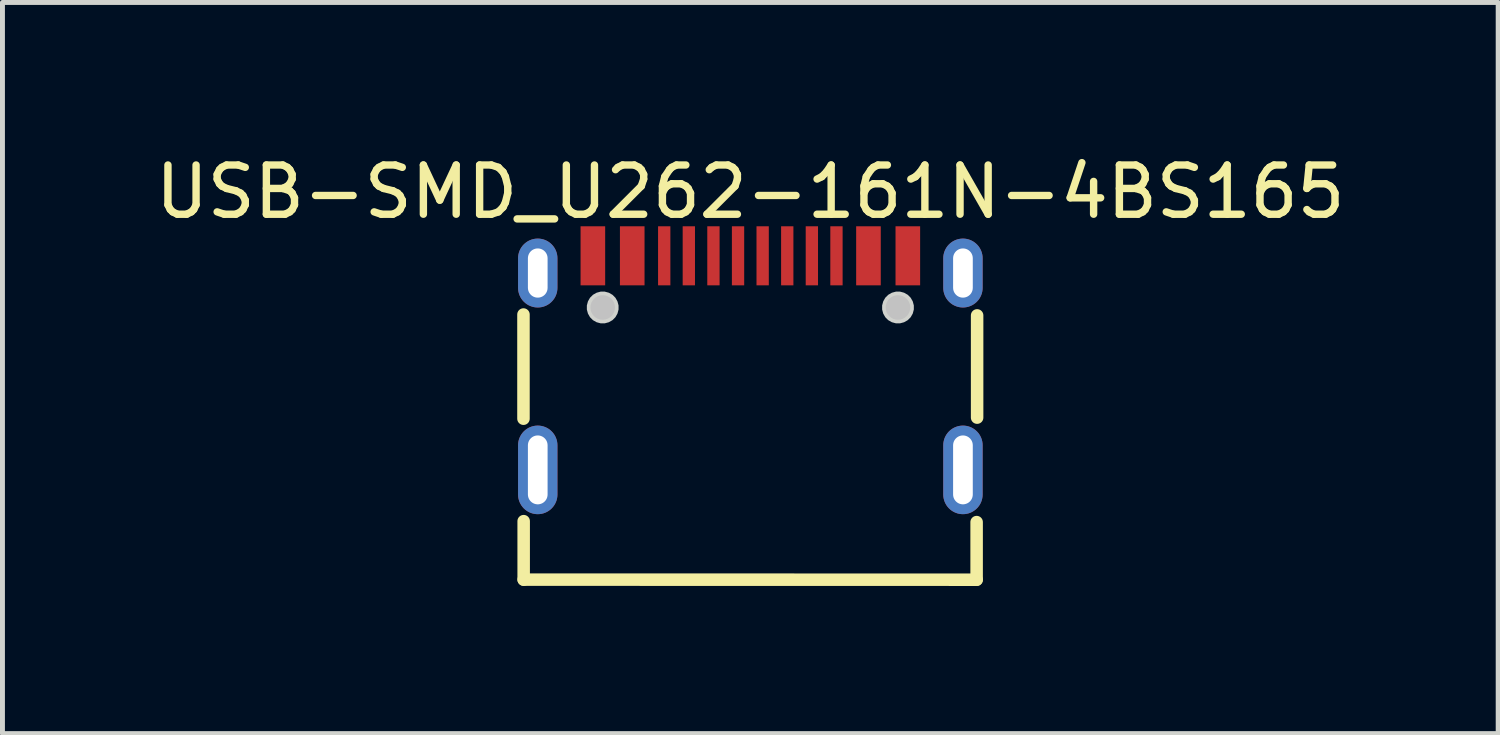
<source format=kicad_pcb>
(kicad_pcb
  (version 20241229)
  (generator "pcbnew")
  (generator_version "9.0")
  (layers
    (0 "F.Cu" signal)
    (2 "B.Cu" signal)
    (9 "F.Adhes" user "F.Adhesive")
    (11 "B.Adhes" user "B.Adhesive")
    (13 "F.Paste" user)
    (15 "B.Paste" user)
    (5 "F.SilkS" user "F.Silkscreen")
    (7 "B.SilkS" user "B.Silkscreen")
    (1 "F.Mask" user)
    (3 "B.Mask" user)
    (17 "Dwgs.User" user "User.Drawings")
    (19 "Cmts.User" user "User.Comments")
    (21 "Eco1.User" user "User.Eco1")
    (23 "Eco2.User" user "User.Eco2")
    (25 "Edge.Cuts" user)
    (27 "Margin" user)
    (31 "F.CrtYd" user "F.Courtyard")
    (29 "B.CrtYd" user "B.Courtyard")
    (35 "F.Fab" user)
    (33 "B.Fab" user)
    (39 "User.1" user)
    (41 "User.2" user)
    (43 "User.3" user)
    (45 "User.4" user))
  (footprint "USB-SMD_U262-161N-4BS165"
    (layer "F.Cu")
    (at 12.197 4.323)
    (property "Reference" "USB-SMD_U262-161N-4BS165" (at -0.001 -3.475 0) (layer "F.SilkS") (effects (font (size 1 1) (thickness 0.15))))
    (fp_line (start -4.61 1.135) (end -4.61 -0.982) (stroke (width 0.254) (type default)) (layer "F.SilkS"))
    (fp_line (start -4.606 4.405) (end -4.606 3.217) (stroke (width 0.254) (type default)) (layer "F.SilkS"))
    (fp_line (start 4.598 3.236) (end 4.598 4.407) (stroke (width 0.254) (type default)) (layer "F.SilkS"))
    (fp_line (start 4.598 4.407) (end -4.606 4.405) (stroke (width 0.254) (type default)) (layer "F.SilkS"))
    (fp_line (start 4.608 -0.964) (end 4.608 1.113) (stroke (width 0.254) (type default)) (layer "F.SilkS"))
    (fp_poly (pts (xy -2.95 -1.575) (xy -2.95 -2.775) (xy -3.45 -2.775) (xy -3.45 -1.575)) (stroke (width 0) (type default)) (fill yes) (layer "F.Paste"))
    (fp_poly (pts (xy -2.65 -2.775) (xy -2.65 -1.575) (xy -2.15 -1.575) (xy -2.15 -2.775)) (stroke (width 0) (type default)) (fill yes) (layer "F.Paste"))
    (fp_poly (pts (xy -1.875 -2.775) (xy -1.875 -1.575) (xy -1.625 -1.575) (xy -1.625 -2.775)) (stroke (width 0) (type default)) (fill yes) (layer "F.Paste"))
    (fp_poly (pts (xy -1.375 -2.775) (xy -1.375 -1.575) (xy -1.125 -1.575) (xy -1.125 -2.775)) (stroke (width 0) (type default)) (fill yes) (layer "F.Paste"))
    (fp_poly (pts (xy -0.625 -1.575) (xy -0.625 -2.775) (xy -0.875 -2.775) (xy -0.875 -1.575)) (stroke (width 0) (type default)) (fill yes) (layer "F.Paste"))
    (fp_poly (pts (xy -0.125 -1.575) (xy -0.125 -2.775) (xy -0.375 -2.775) (xy -0.375 -1.575)) (stroke (width 0) (type default)) (fill yes) (layer "F.Paste"))
    (fp_poly (pts (xy 0.375 -1.575) (xy 0.375 -2.775) (xy 0.125 -2.775) (xy 0.125 -1.575)) (stroke (width 0) (type default)) (fill yes) (layer "F.Paste"))
    (fp_poly (pts (xy 0.875 -1.575) (xy 0.875 -2.775) (xy 0.625 -2.775) (xy 0.625 -1.575)) (stroke (width 0) (type default)) (fill yes) (layer "F.Paste"))
    (fp_poly (pts (xy 1.375 -1.575) (xy 1.375 -2.775) (xy 1.125 -2.775) (xy 1.125 -1.575)) (stroke (width 0) (type default)) (fill yes) (layer "F.Paste"))
    (fp_poly (pts (xy 1.875 -1.575) (xy 1.875 -2.775) (xy 1.625 -2.775) (xy 1.625 -1.575)) (stroke (width 0) (type default)) (fill yes) (layer "F.Paste"))
    (fp_poly (pts (xy 2.15 -2.775) (xy 2.15 -1.575) (xy 2.65 -1.575) (xy 2.65 -2.775)) (stroke (width 0) (type default)) (fill yes) (layer "F.Paste"))
    (fp_poly (pts (xy 3.45 -1.575) (xy 3.45 -2.775) (xy 2.95 -2.775) (xy 2.95 -1.575)) (stroke (width 0) (type default)) (fill yes) (layer "F.Paste"))
    (fp_poly (pts (xy -4.33 1.275) (xy -4.35 1.276) (xy -4.37 1.278) (xy -4.389 1.281) (xy -4.409 1.285) (xy -4.428 1.29) (xy -4.447 1.296) (xy -4.466 1.302) (xy -4.484 1.31) (xy -4.503 1.319) (xy -4.52 1.329) (xy -4.537 1.339) (xy -4.553 1.35) (xy -4.569 1.363) (xy -4.585 1.375) (xy -4.599 1.389) (xy -4.613 1.403) (xy -4.627 1.418) (xy -4.639 1.433) (xy -4.651 1.45) (xy -4.662 1.466) (xy -4.671 1.484) (xy -4.681 1.502) (xy -4.689 1.52) (xy -4.696 1.538) (xy -4.702 1.557) (xy -4.707 1.577) (xy -4.712 1.596) (xy -4.715 1.615) (xy -4.718 1.635) (xy -4.72 1.655) (xy -4.72 1.675) (xy -4.72 2.675) (xy -4.72 2.695) (xy -4.718 2.715) (xy -4.715 2.735) (xy -4.712 2.754) (xy -4.707 2.773) (xy -4.702 2.793) (xy -4.696 2.812) (xy -4.689 2.83) (xy -4.681 2.849) (xy -4.671 2.866) (xy -4.662 2.884) (xy -4.651 2.901) (xy -4.639 2.917) (xy -4.627 2.932) (xy -4.613 2.947) (xy -4.599 2.962) (xy -4.585 2.975) (xy -4.569 2.987) (xy -4.553 3) (xy -4.537 3.011) (xy -4.52 3.022) (xy -4.503 3.031) (xy -4.484 3.039) (xy -4.466 3.047) (xy -4.447 3.054) (xy -4.428 3.06) (xy -4.409 3.065) (xy -4.389 3.069) (xy -4.37 3.072) (xy -4.35 3.074) (xy -4.33 3.075) (xy -4.31 3.075) (xy -4.29 3.074) (xy -4.271 3.072) (xy -4.25 3.069) (xy -4.231 3.065) (xy -4.212 3.06) (xy -4.192 3.054) (xy -4.174 3.047) (xy -4.155 3.039) (xy -4.138 3.031) (xy -4.12 3.022) (xy -4.103 3.011) (xy -4.087 3) (xy -4.071 2.987) (xy -4.056 2.975) (xy -4.04 2.962) (xy -4.027 2.947) (xy -4.013 2.932) (xy -4.001 2.917) (xy -3.99 2.901) (xy -3.978 2.884) (xy -3.969 2.866) (xy -3.959 2.849) (xy -3.951 2.83) (xy -3.944 2.812) (xy -3.938 2.793) (xy -3.933 2.773) (xy -3.928 2.754) (xy -3.925 2.735) (xy -3.922 2.715) (xy -3.921 2.695) (xy -3.92 2.675) (xy -3.92 1.675) (xy -3.921 1.655) (xy -3.922 1.635) (xy -3.925 1.615) (xy -3.928 1.596) (xy -3.933 1.577) (xy -3.938 1.557) (xy -3.944 1.538) (xy -3.951 1.52) (xy -3.959 1.502) (xy -3.969 1.484) (xy -3.978 1.466) (xy -3.99 1.45) (xy -4.001 1.433) (xy -4.013 1.418) (xy -4.027 1.403) (xy -4.04 1.389) (xy -4.056 1.375) (xy -4.071 1.363) (xy -4.087 1.35) (xy -4.103 1.339) (xy -4.12 1.329) (xy -4.138 1.319) (xy -4.155 1.31) (xy -4.174 1.302) (xy -4.192 1.296) (xy -4.212 1.29) (xy -4.231 1.285) (xy -4.25 1.281) (xy -4.271 1.278) (xy -4.29 1.276) (xy -4.31 1.275)) (stroke (width 0) (type default)) (fill yes) (layer "F.Paste"))
    (fp_poly (pts (xy -4.29 -2.524) (xy -4.31 -2.525) (xy -4.33 -2.525) (xy -4.35 -2.524) (xy -4.37 -2.522) (xy -4.389 -2.519) (xy -4.409 -2.515) (xy -4.428 -2.51) (xy -4.447 -2.504) (xy -4.466 -2.498) (xy -4.484 -2.49) (xy -4.503 -2.481) (xy -4.52 -2.471) (xy -4.537 -2.461) (xy -4.553 -2.45) (xy -4.569 -2.438) (xy -4.585 -2.425) (xy -4.599 -2.412) (xy -4.613 -2.397) (xy -4.627 -2.382) (xy -4.639 -2.366) (xy -4.651 -2.35) (xy -4.662 -2.333) (xy -4.671 -2.317) (xy -4.681 -2.299) (xy -4.689 -2.28) (xy -4.696 -2.262) (xy -4.702 -2.243) (xy -4.707 -2.224) (xy -4.712 -2.204) (xy -4.715 -2.184) (xy -4.718 -2.165) (xy -4.72 -2.145) (xy -4.72 -2.125) (xy -4.72 -1.525) (xy -4.72 -1.505) (xy -4.718 -1.485) (xy -4.715 -1.466) (xy -4.712 -1.446) (xy -4.707 -1.427) (xy -4.702 -1.407) (xy -4.696 -1.388) (xy -4.689 -1.369) (xy -4.681 -1.351) (xy -4.671 -1.333) (xy -4.662 -1.317) (xy -4.651 -1.3) (xy -4.639 -1.284) (xy -4.627 -1.268) (xy -4.613 -1.253) (xy -4.599 -1.238) (xy -4.585 -1.225) (xy -4.569 -1.212) (xy -4.553 -1.2) (xy -4.537 -1.189) (xy -4.52 -1.179) (xy -4.503 -1.169) (xy -4.484 -1.161) (xy -4.466 -1.153) (xy -4.447 -1.146) (xy -4.428 -1.14) (xy -4.409 -1.135) (xy -4.389 -1.131) (xy -4.37 -1.128) (xy -4.35 -1.126) (xy -4.33 -1.125) (xy -4.31 -1.125) (xy -4.29 -1.126) (xy -4.271 -1.128) (xy -4.25 -1.131) (xy -4.231 -1.135) (xy -4.212 -1.14) (xy -4.192 -1.146) (xy -4.174 -1.153) (xy -4.155 -1.161) (xy -4.138 -1.169) (xy -4.12 -1.179) (xy -4.103 -1.189) (xy -4.087 -1.2) (xy -4.071 -1.212) (xy -4.056 -1.225) (xy -4.04 -1.238) (xy -4.027 -1.253) (xy -4.013 -1.268) (xy -4.001 -1.284) (xy -3.99 -1.3) (xy -3.978 -1.317) (xy -3.969 -1.333) (xy -3.959 -1.351) (xy -3.951 -1.369) (xy -3.944 -1.388) (xy -3.938 -1.407) (xy -3.933 -1.427) (xy -3.928 -1.446) (xy -3.925 -1.466) (xy -3.922 -1.485) (xy -3.921 -1.505) (xy -3.92 -1.525) (xy -3.92 -2.125) (xy -3.921 -2.145) (xy -3.922 -2.165) (xy -3.925 -2.184) (xy -3.928 -2.204) (xy -3.933 -2.224) (xy -3.938 -2.243) (xy -3.944 -2.262) (xy -3.951 -2.28) (xy -3.959 -2.299) (xy -3.969 -2.317) (xy -3.978 -2.333) (xy -3.99 -2.35) (xy -4.001 -2.366) (xy -4.013 -2.382) (xy -4.027 -2.397) (xy -4.04 -2.412) (xy -4.056 -2.425) (xy -4.071 -2.438) (xy -4.087 -2.45) (xy -4.103 -2.461) (xy -4.12 -2.471) (xy -4.138 -2.481) (xy -4.155 -2.49) (xy -4.174 -2.498) (xy -4.192 -2.504) (xy -4.212 -2.51) (xy -4.231 -2.515) (xy -4.25 -2.519) (xy -4.271 -2.522)) (stroke (width 0) (type default)) (fill yes) (layer "F.Paste"))
    (fp_poly (pts (xy 4.31 -2.525) (xy 4.29 -2.524) (xy 4.271 -2.522) (xy 4.25 -2.519) (xy 4.231 -2.515) (xy 4.212 -2.51) (xy 4.192 -2.504) (xy 4.174 -2.498) (xy 4.155 -2.49) (xy 4.138 -2.481) (xy 4.12 -2.471) (xy 4.103 -2.461) (xy 4.087 -2.45) (xy 4.071 -2.438) (xy 4.056 -2.425) (xy 4.04 -2.412) (xy 4.027 -2.397) (xy 4.013 -2.382) (xy 4.001 -2.366) (xy 3.99 -2.35) (xy 3.978 -2.333) (xy 3.969 -2.317) (xy 3.959 -2.299) (xy 3.951 -2.28) (xy 3.944 -2.262) (xy 3.938 -2.243) (xy 3.933 -2.224) (xy 3.928 -2.204) (xy 3.925 -2.184) (xy 3.922 -2.165) (xy 3.921 -2.145) (xy 3.92 -2.125) (xy 3.92 -1.525) (xy 3.921 -1.505) (xy 3.922 -1.485) (xy 3.925 -1.466) (xy 3.928 -1.446) (xy 3.933 -1.427) (xy 3.938 -1.407) (xy 3.944 -1.388) (xy 3.951 -1.369) (xy 3.959 -1.351) (xy 3.969 -1.333) (xy 3.978 -1.317) (xy 3.99 -1.3) (xy 4.001 -1.284) (xy 4.013 -1.268) (xy 4.027 -1.253) (xy 4.04 -1.238) (xy 4.056 -1.225) (xy 4.071 -1.212) (xy 4.087 -1.2) (xy 4.103 -1.189) (xy 4.12 -1.179) (xy 4.138 -1.169) (xy 4.155 -1.161) (xy 4.174 -1.153) (xy 4.192 -1.146) (xy 4.212 -1.14) (xy 4.231 -1.135) (xy 4.25 -1.131) (xy 4.271 -1.128) (xy 4.29 -1.126) (xy 4.31 -1.125) (xy 4.33 -1.125) (xy 4.35 -1.126) (xy 4.37 -1.128) (xy 4.389 -1.131) (xy 4.409 -1.135) (xy 4.428 -1.14) (xy 4.447 -1.146) (xy 4.466 -1.153) (xy 4.484 -1.161) (xy 4.503 -1.169) (xy 4.52 -1.179) (xy 4.537 -1.189) (xy 4.553 -1.2) (xy 4.569 -1.212) (xy 4.585 -1.225) (xy 4.599 -1.238) (xy 4.613 -1.253) (xy 4.627 -1.268) (xy 4.639 -1.284) (xy 4.651 -1.3) (xy 4.662 -1.317) (xy 4.671 -1.333) (xy 4.681 -1.351) (xy 4.689 -1.369) (xy 4.696 -1.388) (xy 4.702 -1.407) (xy 4.707 -1.427) (xy 4.712 -1.446) (xy 4.715 -1.466) (xy 4.718 -1.485) (xy 4.72 -1.505) (xy 4.72 -1.525) (xy 4.72 -2.125) (xy 4.72 -2.145) (xy 4.718 -2.165) (xy 4.715 -2.184) (xy 4.712 -2.204) (xy 4.707 -2.224) (xy 4.702 -2.243) (xy 4.696 -2.262) (xy 4.689 -2.28) (xy 4.681 -2.299) (xy 4.671 -2.317) (xy 4.662 -2.333) (xy 4.651 -2.35) (xy 4.639 -2.366) (xy 4.627 -2.382) (xy 4.613 -2.397) (xy 4.599 -2.412) (xy 4.585 -2.425) (xy 4.569 -2.438) (xy 4.553 -2.45) (xy 4.537 -2.461) (xy 4.52 -2.471) (xy 4.503 -2.481) (xy 4.484 -2.49) (xy 4.466 -2.498) (xy 4.447 -2.504) (xy 4.428 -2.51) (xy 4.409 -2.515) (xy 4.389 -2.519) (xy 4.37 -2.522) (xy 4.35 -2.524) (xy 4.33 -2.525)) (stroke (width 0) (type default)) (fill yes) (layer "F.Paste"))
    (fp_poly (pts (xy 4.35 1.276) (xy 4.33 1.275) (xy 4.31 1.275) (xy 4.29 1.276) (xy 4.271 1.278) (xy 4.25 1.281) (xy 4.231 1.285) (xy 4.212 1.29) (xy 4.192 1.296) (xy 4.174 1.302) (xy 4.155 1.31) (xy 4.138 1.319) (xy 4.12 1.329) (xy 4.103 1.339) (xy 4.087 1.35) (xy 4.071 1.363) (xy 4.056 1.375) (xy 4.04 1.389) (xy 4.027 1.403) (xy 4.013 1.418) (xy 4.001 1.433) (xy 3.99 1.45) (xy 3.978 1.466) (xy 3.969 1.484) (xy 3.959 1.502) (xy 3.951 1.52) (xy 3.944 1.538) (xy 3.938 1.557) (xy 3.933 1.577) (xy 3.928 1.596) (xy 3.925 1.615) (xy 3.922 1.635) (xy 3.921 1.655) (xy 3.92 1.675) (xy 3.92 2.675) (xy 3.921 2.695) (xy 3.922 2.715) (xy 3.925 2.735) (xy 3.928 2.754) (xy 3.933 2.773) (xy 3.938 2.793) (xy 3.944 2.812) (xy 3.951 2.83) (xy 3.959 2.849) (xy 3.969 2.866) (xy 3.978 2.884) (xy 3.99 2.901) (xy 4.001 2.917) (xy 4.013 2.932) (xy 4.027 2.947) (xy 4.04 2.962) (xy 4.056 2.975) (xy 4.071 2.987) (xy 4.087 3) (xy 4.103 3.011) (xy 4.12 3.022) (xy 4.138 3.031) (xy 4.155 3.039) (xy 4.174 3.047) (xy 4.192 3.054) (xy 4.212 3.06) (xy 4.231 3.065) (xy 4.25 3.069) (xy 4.271 3.072) (xy 4.29 3.074) (xy 4.31 3.075) (xy 4.33 3.075) (xy 4.35 3.074) (xy 4.37 3.072) (xy 4.389 3.069) (xy 4.409 3.065) (xy 4.428 3.06) (xy 4.447 3.054) (xy 4.466 3.047) (xy 4.484 3.039) (xy 4.503 3.031) (xy 4.52 3.022) (xy 4.537 3.011) (xy 4.553 3) (xy 4.569 2.987) (xy 4.585 2.975) (xy 4.599 2.962) (xy 4.613 2.947) (xy 4.627 2.932) (xy 4.639 2.917) (xy 4.651 2.901) (xy 4.662 2.884) (xy 4.671 2.866) (xy 4.681 2.849) (xy 4.689 2.83) (xy 4.696 2.812) (xy 4.702 2.793) (xy 4.707 2.773) (xy 4.712 2.754) (xy 4.715 2.735) (xy 4.718 2.715) (xy 4.72 2.695) (xy 4.72 2.675) (xy 4.72 1.675) (xy 4.72 1.655) (xy 4.718 1.635) (xy 4.715 1.615) (xy 4.712 1.596) (xy 4.707 1.577) (xy 4.702 1.557) (xy 4.696 1.538) (xy 4.689 1.52) (xy 4.681 1.502) (xy 4.671 1.484) (xy 4.662 1.466) (xy 4.651 1.45) (xy 4.639 1.433) (xy 4.627 1.418) (xy 4.613 1.403) (xy 4.599 1.389) (xy 4.585 1.375) (xy 4.569 1.363) (xy 4.553 1.35) (xy 4.537 1.339) (xy 4.52 1.329) (xy 4.503 1.319) (xy 4.484 1.31) (xy 4.466 1.302) (xy 4.447 1.296) (xy 4.428 1.29) (xy 4.409 1.285) (xy 4.389 1.281) (xy 4.37 1.278)) (stroke (width 0) (type default)) (fill yes) (layer "F.Paste"))
    (fp_circle (center -3 -1.125) (end -2.875 -1.125) (stroke (width 0.25) (type default)) (fill no) (layer "Dwgs.User"))
    (fp_circle (center 3 -1.125) (end 3.125 -1.125) (stroke (width 0.25) (type default)) (fill no) (layer "Dwgs.User"))
    (fp_poly (pts (xy -2.678 -1.167) (xy -2.7 -1.249) (xy -2.742 -1.323) (xy -2.802 -1.383) (xy -2.876 -1.425) (xy -2.958 -1.447) (xy -3.042 -1.447) (xy -3.124 -1.425) (xy -3.198 -1.383) (xy -3.258 -1.323) (xy -3.3 -1.249) (xy -3.322 -1.167) (xy -3.322 -1.083) (xy -3.3 -1.001) (xy -3.258 -0.927) (xy -3.198 -0.867) (xy -3.124 -0.825) (xy -3.042 -0.803) (xy -2.958 -0.803) (xy -2.876 -0.825) (xy -2.802 -0.867) (xy -2.742 -0.927) (xy -2.7 -1.001) (xy -2.678 -1.083)) (stroke (width 0) (type default)) (fill yes) (layer "Edge.Cuts"))
    (fp_poly (pts (xy 3.322 -1.167) (xy 3.3 -1.249) (xy 3.258 -1.323) (xy 3.198 -1.383) (xy 3.124 -1.425) (xy 3.042 -1.447) (xy 2.958 -1.447) (xy 2.876 -1.425) (xy 2.802 -1.383) (xy 2.742 -1.323) (xy 2.7 -1.249) (xy 2.678 -1.167) (xy 2.678 -1.083) (xy 2.7 -1.001) (xy 2.742 -0.927) (xy 2.802 -0.867) (xy 2.876 -0.825) (xy 2.958 -0.803) (xy 3.042 -0.803) (xy 3.124 -0.825) (xy 3.198 -0.867) (xy 3.258 -0.927) (xy 3.3 -1.001) (xy 3.322 -1.083)) (stroke (width 0) (type default)) (fill yes) (layer "Edge.Cuts"))
    (fp_poly (pts (xy -4.47 -2.225) (xy -4.17 -2.225) (xy -4.17 -1.425) (xy -4.47 -1.425)) (stroke (width 0.1) (type default)) (fill no) (layer "User.1"))
    (fp_poly (pts (xy -4.47 1.575) (xy -4.17 1.575) (xy -4.17 2.775) (xy -4.47 2.775)) (stroke (width 0.1) (type default)) (fill no) (layer "User.1"))
    (fp_poly (pts (xy -3.41 -2.575) (xy -2.99 -2.575) (xy -2.99 -1.775) (xy -3.41 -1.775)) (stroke (width 0.1) (type default)) (fill no) (layer "User.1"))
    (fp_poly (pts (xy -2.61 -2.575) (xy -2.19 -2.575) (xy -2.19 -1.775) (xy -2.61 -1.775)) (stroke (width 0.1) (type default)) (fill no) (layer "User.1"))
    (fp_poly (pts (xy -1.85 -2.575) (xy -1.65 -2.575) (xy -1.65 -1.775) (xy -1.85 -1.775)) (stroke (width 0.1) (type default)) (fill no) (layer "User.1"))
    (fp_poly (pts (xy -1.35 -2.575) (xy -1.15 -2.575) (xy -1.15 -1.775) (xy -1.35 -1.775)) (stroke (width 0.1) (type default)) (fill no) (layer "User.1"))
    (fp_poly (pts (xy -0.85 -2.575) (xy -0.65 -2.575) (xy -0.65 -1.775) (xy -0.85 -1.775)) (stroke (width 0.1) (type default)) (fill no) (layer "User.1"))
    (fp_poly (pts (xy -0.35 -2.575) (xy -0.15 -2.575) (xy -0.15 -1.775) (xy -0.35 -1.775)) (stroke (width 0.1) (type default)) (fill no) (layer "User.1"))
    (fp_poly (pts (xy 0.15 -2.575) (xy 0.35 -2.575) (xy 0.35 -1.775) (xy 0.15 -1.775)) (stroke (width 0.1) (type default)) (fill no) (layer "User.1"))
    (fp_poly (pts (xy 0.65 -2.575) (xy 0.85 -2.575) (xy 0.85 -1.775) (xy 0.65 -1.775)) (stroke (width 0.1) (type default)) (fill no) (layer "User.1"))
    (fp_poly (pts (xy 1.15 -2.575) (xy 1.35 -2.575) (xy 1.35 -1.775) (xy 1.15 -1.775)) (stroke (width 0.1) (type default)) (fill no) (layer "User.1"))
    (fp_poly (pts (xy 1.65 -2.575) (xy 1.85 -2.575) (xy 1.85 -1.775) (xy 1.65 -1.775)) (stroke (width 0.1) (type default)) (fill no) (layer "User.1"))
    (fp_poly (pts (xy 2.19 -2.575) (xy 2.61 -2.575) (xy 2.61 -1.775) (xy 2.19 -1.775)) (stroke (width 0.1) (type default)) (fill no) (layer "User.1"))
    (fp_poly (pts (xy 2.99 -2.575) (xy 3.41 -2.575) (xy 3.41 -1.775) (xy 2.99 -1.775)) (stroke (width 0.1) (type default)) (fill no) (layer "User.1"))
    (fp_poly (pts (xy 4.17 -2.225) (xy 4.47 -2.225) (xy 4.47 -1.425) (xy 4.17 -1.425)) (stroke (width 0.1) (type default)) (fill no) (layer "User.1"))
    (fp_poly (pts (xy 4.17 1.575) (xy 4.47 1.575) (xy 4.47 2.775) (xy 4.17 2.775)) (stroke (width 0.1) (type default)) (fill no) (layer "User.1"))
    (fp_line (start -4.47 -2.225) (end 4.47 -2.225) (stroke (width 0.051) (type default)) (layer "User.2"))
    (fp_line (start -4.47 4.275) (end -4.47 -2.225) (stroke (width 0.051) (type default)) (layer "User.2"))
    (fp_line (start 4.47 -2.225) (end 4.47 4.275) (stroke (width 0.051) (type default)) (layer "User.2"))
    (fp_line (start 4.47 4.275) (end -4.47 4.275) (stroke (width 0.051) (type default)) (layer "User.2"))
    (fp_poly (pts (xy -4.415 -2.598) (xy -4.447 -2.63) (xy -4.493 -2.63) (xy -4.525 -2.598) (xy -4.525 -2.552) (xy -4.493 -2.52) (xy -4.447 -2.52) (xy -4.415 -2.552)) (stroke (width 0.1) (type default)) (fill no) (layer "User.3"))
    (pad "1" smd rect (at -3.2 -2.175) (size 0.5 1.2) (layers "F.Cu" "F.Mask" "F.Paste"))
    (pad "2" smd rect (at -2.4 -2.175) (size 0.5 1.2) (layers "F.Cu" "F.Mask" "F.Paste"))
    (pad "3" smd rect (at -1.75 -2.175) (size 0.25 1.2) (layers "F.Cu" "F.Mask" "F.Paste"))
    (pad "4" smd rect (at -1.25 -2.175) (size 0.25 1.2) (layers "F.Cu" "F.Mask" "F.Paste"))
    (pad "5" smd rect (at -0.75 -2.175) (size 0.25 1.2) (layers "F.Cu" "F.Mask" "F.Paste"))
    (pad "6" smd rect (at -0.25 -2.175) (size 0.25 1.2) (layers "F.Cu" "F.Mask" "F.Paste"))
    (pad "7" smd rect (at 0.25 -2.175) (size 0.25 1.2) (layers "F.Cu" "F.Mask" "F.Paste"))
    (pad "8" smd rect (at 0.75 -2.175) (size 0.25 1.2) (layers "F.Cu" "F.Mask" "F.Paste"))
    (pad "9" smd rect (at 1.25 -2.175) (size 0.25 1.2) (layers "F.Cu" "F.Mask" "F.Paste"))
    (pad "10" smd rect (at 1.75 -2.175) (size 0.25 1.2) (layers "F.Cu" "F.Mask" "F.Paste"))
    (pad "11" smd rect (at 2.4 -2.175) (size 0.5 1.2) (layers "F.Cu" "F.Mask" "F.Paste"))
    (pad "12" smd rect (at 3.2 -2.175) (size 0.5 1.2) (layers "F.Cu" "F.Mask" "F.Paste"))
    (pad "13" thru_hole oval (at 4.32 -1.825) (size 0.8 1.4) (drill oval 0.4 1) (layers "*.Cu" "*.Mask"))
    (pad "14" thru_hole oval (at 4.32 2.175) (size 0.8 1.8) (drill oval 0.4 1.4) (layers "*.Cu" "*.Mask"))
    (pad "15" thru_hole oval (at -4.32 2.175) (size 0.8 1.8) (drill oval 0.4 1.4) (layers "*.Cu" "*.Mask"))
    (pad "16" thru_hole oval (at -4.32 -1.825) (size 0.8 1.4) (drill oval 0.4 1) (layers "*.Cu" "*.Mask")))
  (gr_rect
    (start -3 -3)
    (end 27.393 11.857)
    (stroke (width 0.1) (type default))
    (fill no)
    (layer "Edge.Cuts")))
</source>
